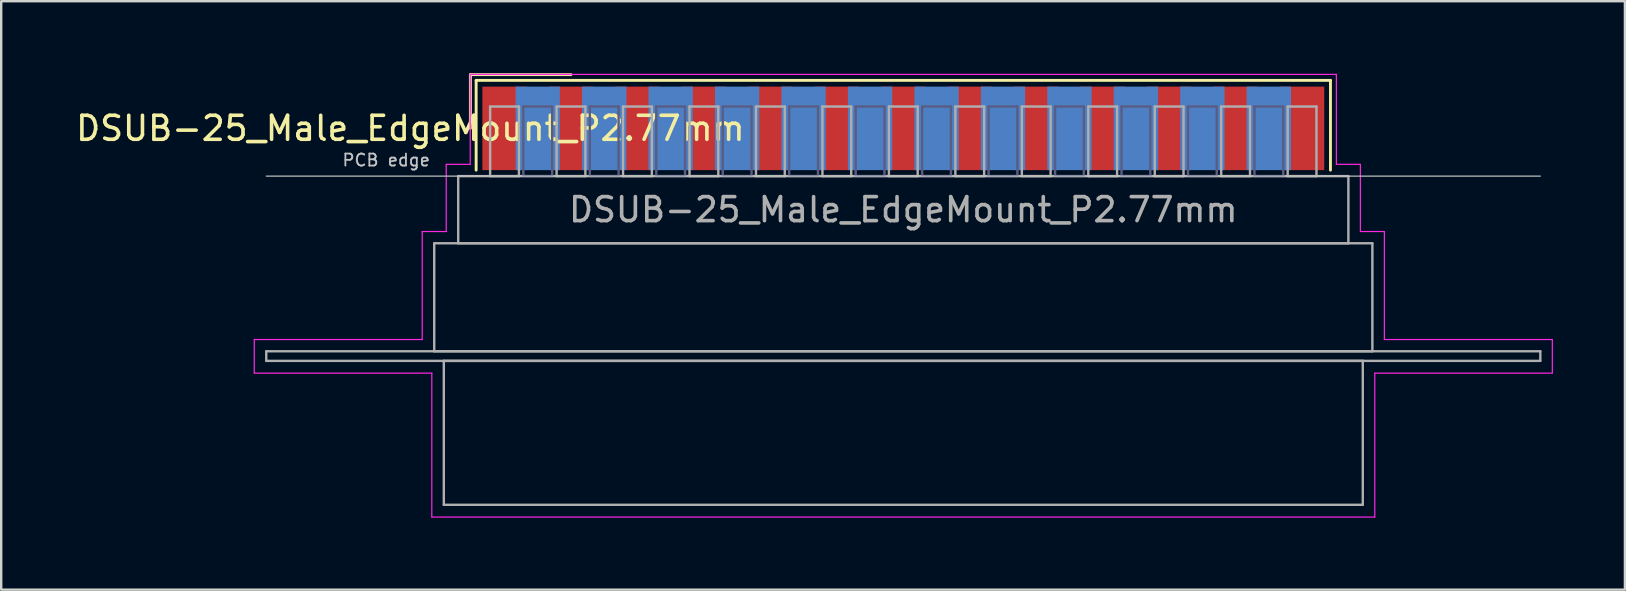
<source format=kicad_pcb>
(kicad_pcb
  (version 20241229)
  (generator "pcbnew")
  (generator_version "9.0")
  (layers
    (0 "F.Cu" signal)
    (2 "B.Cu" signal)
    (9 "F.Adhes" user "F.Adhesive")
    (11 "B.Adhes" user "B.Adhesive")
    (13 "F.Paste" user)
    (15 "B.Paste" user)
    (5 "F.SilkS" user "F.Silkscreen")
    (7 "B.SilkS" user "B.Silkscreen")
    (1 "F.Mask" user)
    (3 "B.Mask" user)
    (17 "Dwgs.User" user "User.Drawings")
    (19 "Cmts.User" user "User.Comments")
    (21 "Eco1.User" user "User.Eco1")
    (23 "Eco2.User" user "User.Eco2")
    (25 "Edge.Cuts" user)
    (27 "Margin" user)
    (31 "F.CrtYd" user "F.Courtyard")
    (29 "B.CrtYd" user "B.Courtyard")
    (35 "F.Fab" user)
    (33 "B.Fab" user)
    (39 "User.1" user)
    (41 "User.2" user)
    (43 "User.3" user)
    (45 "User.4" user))
  (footprint "DSUB-25_Male_EdgeMount_P2.77mm"
    (layer "F.Cu")
    (at 34.597 2.3)
    (property "Reference" "DSUB-25_Male_EdgeMount_P2.77mm" (at -20.543 0 0) (layer "F.SilkS") (effects (font (size 1 1) (thickness 0.15))))
    (attr smd)
    (fp_line (start -18.043 -2.24) (end -13.85 -2.24) (stroke (width 0.12) (type solid)) (layer "F.SilkS"))
    (fp_line (start -18.043 0) (end -18.043 -2.24) (stroke (width 0.12) (type solid)) (layer "F.SilkS"))
    (fp_line (start -17.803 -2) (end -17.803 1.74) (stroke (width 0.12) (type solid)) (layer "F.SilkS"))
    (fp_line (start 17.803 -2) (end -17.803 -2) (stroke (width 0.12) (type solid)) (layer "F.SilkS"))
    (fp_line (start 17.803 1.74) (end 17.803 -2) (stroke (width 0.12) (type solid)) (layer "F.SilkS"))
    (fp_line (start -26.55 1.99) (end 26.55 1.99) (stroke (width 0.05) (type solid)) (layer "Dwgs.User"))
    (fp_line (start -27.05 8.8) (end -20.05 8.8) (stroke (width 0.05) (type solid)) (layer "F.CrtYd"))
    (fp_line (start -27.05 10.2) (end -27.05 8.8) (stroke (width 0.05) (type solid)) (layer "F.CrtYd"))
    (fp_line (start -20.05 4.3) (end -19.05 4.3) (stroke (width 0.05) (type solid)) (layer "F.CrtYd"))
    (fp_line (start -20.05 8.8) (end -20.05 4.3) (stroke (width 0.05) (type solid)) (layer "F.CrtYd"))
    (fp_line (start -19.65 10.2) (end -27.05 10.2) (stroke (width 0.05) (type solid)) (layer "F.CrtYd"))
    (fp_line (start -19.65 16.2) (end -19.65 10.2) (stroke (width 0.05) (type solid)) (layer "F.CrtYd"))
    (fp_line (start -19.05 1.5) (end -18.05 1.5) (stroke (width 0.05) (type solid)) (layer "F.CrtYd"))
    (fp_line (start -19.05 4.3) (end -19.05 1.5) (stroke (width 0.05) (type solid)) (layer "F.CrtYd"))
    (fp_line (start -18.05 -2.25) (end 18.05 -2.25) (stroke (width 0.05) (type solid)) (layer "F.CrtYd"))
    (fp_line (start -18.05 1.5) (end -18.05 -2.25) (stroke (width 0.05) (type solid)) (layer "F.CrtYd"))
    (fp_line (start 18.05 -2.25) (end 18.05 1.5) (stroke (width 0.05) (type solid)) (layer "F.CrtYd"))
    (fp_line (start 18.05 1.5) (end 19.05 1.5) (stroke (width 0.05) (type solid)) (layer "F.CrtYd"))
    (fp_line (start 19.05 1.5) (end 19.05 4.3) (stroke (width 0.05) (type solid)) (layer "F.CrtYd"))
    (fp_line (start 19.05 4.3) (end 20.05 4.3) (stroke (width 0.05) (type solid)) (layer "F.CrtYd"))
    (fp_line (start 19.65 10.2) (end 19.65 16.2) (stroke (width 0.05) (type solid)) (layer "F.CrtYd"))
    (fp_line (start 19.65 16.2) (end -19.65 16.2) (stroke (width 0.05) (type solid)) (layer "F.CrtYd"))
    (fp_line (start 20.05 4.3) (end 20.05 8.8) (stroke (width 0.05) (type solid)) (layer "F.CrtYd"))
    (fp_line (start 20.05 8.8) (end 27.05 8.8) (stroke (width 0.05) (type solid)) (layer "F.CrtYd"))
    (fp_line (start 27.05 8.8) (end 27.05 10.2) (stroke (width 0.05) (type solid)) (layer "F.CrtYd"))
    (fp_line (start 27.05 10.2) (end 19.65 10.2) (stroke (width 0.05) (type solid)) (layer "F.CrtYd"))
    (fp_line (start -15.835 -0.91) (end -15.835 1.99) (stroke (width 0.1) (type solid)) (layer "B.Fab"))
    (fp_line (start -15.835 1.99) (end -14.635 1.99) (stroke (width 0.1) (type solid)) (layer "B.Fab"))
    (fp_line (start -14.635 -0.91) (end -15.835 -0.91) (stroke (width 0.1) (type solid)) (layer "B.Fab"))
    (fp_line (start -14.635 1.99) (end -14.635 -0.91) (stroke (width 0.1) (type solid)) (layer "B.Fab"))
    (fp_line (start -13.065 -0.91) (end -13.065 1.99) (stroke (width 0.1) (type solid)) (layer "B.Fab"))
    (fp_line (start -13.065 1.99) (end -11.865 1.99) (stroke (width 0.1) (type solid)) (layer "B.Fab"))
    (fp_line (start -11.865 -0.91) (end -13.065 -0.91) (stroke (width 0.1) (type solid)) (layer "B.Fab"))
    (fp_line (start -11.865 1.99) (end -11.865 -0.91) (stroke (width 0.1) (type solid)) (layer "B.Fab"))
    (fp_line (start -10.295 -0.91) (end -10.295 1.99) (stroke (width 0.1) (type solid)) (layer "B.Fab"))
    (fp_line (start -10.295 1.99) (end -9.095 1.99) (stroke (width 0.1) (type solid)) (layer "B.Fab"))
    (fp_line (start -9.095 -0.91) (end -10.295 -0.91) (stroke (width 0.1) (type solid)) (layer "B.Fab"))
    (fp_line (start -9.095 1.99) (end -9.095 -0.91) (stroke (width 0.1) (type solid)) (layer "B.Fab"))
    (fp_line (start -7.525 -0.91) (end -7.525 1.99) (stroke (width 0.1) (type solid)) (layer "B.Fab"))
    (fp_line (start -7.525 1.99) (end -6.325 1.99) (stroke (width 0.1) (type solid)) (layer "B.Fab"))
    (fp_line (start -6.325 -0.91) (end -7.525 -0.91) (stroke (width 0.1) (type solid)) (layer "B.Fab"))
    (fp_line (start -6.325 1.99) (end -6.325 -0.91) (stroke (width 0.1) (type solid)) (layer "B.Fab"))
    (fp_line (start -4.755 -0.91) (end -4.755 1.99) (stroke (width 0.1) (type solid)) (layer "B.Fab"))
    (fp_line (start -4.755 1.99) (end -3.555 1.99) (stroke (width 0.1) (type solid)) (layer "B.Fab"))
    (fp_line (start -3.555 -0.91) (end -4.755 -0.91) (stroke (width 0.1) (type solid)) (layer "B.Fab"))
    (fp_line (start -3.555 1.99) (end -3.555 -0.91) (stroke (width 0.1) (type solid)) (layer "B.Fab"))
    (fp_line (start -1.985 -0.91) (end -1.985 1.99) (stroke (width 0.1) (type solid)) (layer "B.Fab"))
    (fp_line (start -1.985 1.99) (end -0.785 1.99) (stroke (width 0.1) (type solid)) (layer "B.Fab"))
    (fp_line (start -0.785 -0.91) (end -1.985 -0.91) (stroke (width 0.1) (type solid)) (layer "B.Fab"))
    (fp_line (start -0.785 1.99) (end -0.785 -0.91) (stroke (width 0.1) (type solid)) (layer "B.Fab"))
    (fp_line (start 0.785 -0.91) (end 0.785 1.99) (stroke (width 0.1) (type solid)) (layer "B.Fab"))
    (fp_line (start 0.785 1.99) (end 1.985 1.99) (stroke (width 0.1) (type solid)) (layer "B.Fab"))
    (fp_line (start 1.985 -0.91) (end 0.785 -0.91) (stroke (width 0.1) (type solid)) (layer "B.Fab"))
    (fp_line (start 1.985 1.99) (end 1.985 -0.91) (stroke (width 0.1) (type solid)) (layer "B.Fab"))
    (fp_line (start 3.555 -0.91) (end 3.555 1.99) (stroke (width 0.1) (type solid)) (layer "B.Fab"))
    (fp_line (start 3.555 1.99) (end 4.755 1.99) (stroke (width 0.1) (type solid)) (layer "B.Fab"))
    (fp_line (start 4.755 -0.91) (end 3.555 -0.91) (stroke (width 0.1) (type solid)) (layer "B.Fab"))
    (fp_line (start 4.755 1.99) (end 4.755 -0.91) (stroke (width 0.1) (type solid)) (layer "B.Fab"))
    (fp_line (start 6.325 -0.91) (end 6.325 1.99) (stroke (width 0.1) (type solid)) (layer "B.Fab"))
    (fp_line (start 6.325 1.99) (end 7.525 1.99) (stroke (width 0.1) (type solid)) (layer "B.Fab"))
    (fp_line (start 7.525 -0.91) (end 6.325 -0.91) (stroke (width 0.1) (type solid)) (layer "B.Fab"))
    (fp_line (start 7.525 1.99) (end 7.525 -0.91) (stroke (width 0.1) (type solid)) (layer "B.Fab"))
    (fp_line (start 9.095 -0.91) (end 9.095 1.99) (stroke (width 0.1) (type solid)) (layer "B.Fab"))
    (fp_line (start 9.095 1.99) (end 10.295 1.99) (stroke (width 0.1) (type solid)) (layer "B.Fab"))
    (fp_line (start 10.295 -0.91) (end 9.095 -0.91) (stroke (width 0.1) (type solid)) (layer "B.Fab"))
    (fp_line (start 10.295 1.99) (end 10.295 -0.91) (stroke (width 0.1) (type solid)) (layer "B.Fab"))
    (fp_line (start 11.865 -0.91) (end 11.865 1.99) (stroke (width 0.1) (type solid)) (layer "B.Fab"))
    (fp_line (start 11.865 1.99) (end 13.065 1.99) (stroke (width 0.1) (type solid)) (layer "B.Fab"))
    (fp_line (start 13.065 -0.91) (end 11.865 -0.91) (stroke (width 0.1) (type solid)) (layer "B.Fab"))
    (fp_line (start 13.065 1.99) (end 13.065 -0.91) (stroke (width 0.1) (type solid)) (layer "B.Fab"))
    (fp_line (start 14.635 -0.91) (end 14.635 1.99) (stroke (width 0.1) (type solid)) (layer "B.Fab"))
    (fp_line (start 14.635 1.99) (end 15.835 1.99) (stroke (width 0.1) (type solid)) (layer "B.Fab"))
    (fp_line (start 15.835 -0.91) (end 14.635 -0.91) (stroke (width 0.1) (type solid)) (layer "B.Fab"))
    (fp_line (start 15.835 1.99) (end 15.835 -0.91) (stroke (width 0.1) (type solid)) (layer "B.Fab"))
    (fp_line (start -26.55 9.29) (end -26.55 9.69) (stroke (width 0.1) (type solid)) (layer "F.Fab"))
    (fp_line (start -26.55 9.69) (end 26.55 9.69) (stroke (width 0.1) (type solid)) (layer "F.Fab"))
    (fp_line (start -19.55 4.79) (end -19.55 9.29) (stroke (width 0.1) (type solid)) (layer "F.Fab"))
    (fp_line (start -19.55 9.29) (end 19.55 9.29) (stroke (width 0.1) (type solid)) (layer "F.Fab"))
    (fp_line (start -19.15 9.69) (end -19.15 15.69) (stroke (width 0.1) (type solid)) (layer "F.Fab"))
    (fp_line (start -19.15 15.69) (end 19.15 15.69) (stroke (width 0.1) (type solid)) (layer "F.Fab"))
    (fp_line (start -18.55 1.99) (end -18.55 4.79) (stroke (width 0.1) (type solid)) (layer "F.Fab"))
    (fp_line (start -18.55 4.79) (end 18.55 4.79) (stroke (width 0.1) (type solid)) (layer "F.Fab"))
    (fp_line (start -17.22 -0.91) (end -17.22 1.99) (stroke (width 0.1) (type solid)) (layer "F.Fab"))
    (fp_line (start -17.22 1.99) (end -16.02 1.99) (stroke (width 0.1) (type solid)) (layer "F.Fab"))
    (fp_line (start -16.02 -0.91) (end -17.22 -0.91) (stroke (width 0.1) (type solid)) (layer "F.Fab"))
    (fp_line (start -16.02 1.99) (end -16.02 -0.91) (stroke (width 0.1) (type solid)) (layer "F.Fab"))
    (fp_line (start -14.45 -0.91) (end -14.45 1.99) (stroke (width 0.1) (type solid)) (layer "F.Fab"))
    (fp_line (start -14.45 1.99) (end -13.25 1.99) (stroke (width 0.1) (type solid)) (layer "F.Fab"))
    (fp_line (start -13.25 -0.91) (end -14.45 -0.91) (stroke (width 0.1) (type solid)) (layer "F.Fab"))
    (fp_line (start -13.25 1.99) (end -13.25 -0.91) (stroke (width 0.1) (type solid)) (layer "F.Fab"))
    (fp_line (start -11.68 -0.91) (end -11.68 1.99) (stroke (width 0.1) (type solid)) (layer "F.Fab"))
    (fp_line (start -11.68 1.99) (end -10.48 1.99) (stroke (width 0.1) (type solid)) (layer "F.Fab"))
    (fp_line (start -10.48 -0.91) (end -11.68 -0.91) (stroke (width 0.1) (type solid)) (layer "F.Fab"))
    (fp_line (start -10.48 1.99) (end -10.48 -0.91) (stroke (width 0.1) (type solid)) (layer "F.Fab"))
    (fp_line (start -8.91 -0.91) (end -8.91 1.99) (stroke (width 0.1) (type solid)) (layer "F.Fab"))
    (fp_line (start -8.91 1.99) (end -7.71 1.99) (stroke (width 0.1) (type solid)) (layer "F.Fab"))
    (fp_line (start -7.71 -0.91) (end -8.91 -0.91) (stroke (width 0.1) (type solid)) (layer "F.Fab"))
    (fp_line (start -7.71 1.99) (end -7.71 -0.91) (stroke (width 0.1) (type solid)) (layer "F.Fab"))
    (fp_line (start -6.14 -0.91) (end -6.14 1.99) (stroke (width 0.1) (type solid)) (layer "F.Fab"))
    (fp_line (start -6.14 1.99) (end -4.94 1.99) (stroke (width 0.1) (type solid)) (layer "F.Fab"))
    (fp_line (start -4.94 -0.91) (end -6.14 -0.91) (stroke (width 0.1) (type solid)) (layer "F.Fab"))
    (fp_line (start -4.94 1.99) (end -4.94 -0.91) (stroke (width 0.1) (type solid)) (layer "F.Fab"))
    (fp_line (start -3.37 -0.91) (end -3.37 1.99) (stroke (width 0.1) (type solid)) (layer "F.Fab"))
    (fp_line (start -3.37 1.99) (end -2.17 1.99) (stroke (width 0.1) (type solid)) (layer "F.Fab"))
    (fp_line (start -2.17 -0.91) (end -3.37 -0.91) (stroke (width 0.1) (type solid)) (layer "F.Fab"))
    (fp_line (start -2.17 1.99) (end -2.17 -0.91) (stroke (width 0.1) (type solid)) (layer "F.Fab"))
    (fp_line (start -0.6 -0.91) (end -0.6 1.99) (stroke (width 0.1) (type solid)) (layer "F.Fab"))
    (fp_line (start -0.6 1.99) (end 0.6 1.99) (stroke (width 0.1) (type solid)) (layer "F.Fab"))
    (fp_line (start 0.6 -0.91) (end -0.6 -0.91) (stroke (width 0.1) (type solid)) (layer "F.Fab"))
    (fp_line (start 0.6 1.99) (end 0.6 -0.91) (stroke (width 0.1) (type solid)) (layer "F.Fab"))
    (fp_line (start 2.17 -0.91) (end 2.17 1.99) (stroke (width 0.1) (type solid)) (layer "F.Fab"))
    (fp_line (start 2.17 1.99) (end 3.37 1.99) (stroke (width 0.1) (type solid)) (layer "F.Fab"))
    (fp_line (start 3.37 -0.91) (end 2.17 -0.91) (stroke (width 0.1) (type solid)) (layer "F.Fab"))
    (fp_line (start 3.37 1.99) (end 3.37 -0.91) (stroke (width 0.1) (type solid)) (layer "F.Fab"))
    (fp_line (start 4.94 -0.91) (end 4.94 1.99) (stroke (width 0.1) (type solid)) (layer "F.Fab"))
    (fp_line (start 4.94 1.99) (end 6.14 1.99) (stroke (width 0.1) (type solid)) (layer "F.Fab"))
    (fp_line (start 6.14 -0.91) (end 4.94 -0.91) (stroke (width 0.1) (type solid)) (layer "F.Fab"))
    (fp_line (start 6.14 1.99) (end 6.14 -0.91) (stroke (width 0.1) (type solid)) (layer "F.Fab"))
    (fp_line (start 7.71 -0.91) (end 7.71 1.99) (stroke (width 0.1) (type solid)) (layer "F.Fab"))
    (fp_line (start 7.71 1.99) (end 8.91 1.99) (stroke (width 0.1) (type solid)) (layer "F.Fab"))
    (fp_line (start 8.91 -0.91) (end 7.71 -0.91) (stroke (width 0.1) (type solid)) (layer "F.Fab"))
    (fp_line (start 8.91 1.99) (end 8.91 -0.91) (stroke (width 0.1) (type solid)) (layer "F.Fab"))
    (fp_line (start 10.48 -0.91) (end 10.48 1.99) (stroke (width 0.1) (type solid)) (layer "F.Fab"))
    (fp_line (start 10.48 1.99) (end 11.68 1.99) (stroke (width 0.1) (type solid)) (layer "F.Fab"))
    (fp_line (start 11.68 -0.91) (end 10.48 -0.91) (stroke (width 0.1) (type solid)) (layer "F.Fab"))
    (fp_line (start 11.68 1.99) (end 11.68 -0.91) (stroke (width 0.1) (type solid)) (layer "F.Fab"))
    (fp_line (start 13.25 -0.91) (end 13.25 1.99) (stroke (width 0.1) (type solid)) (layer "F.Fab"))
    (fp_line (start 13.25 1.99) (end 14.45 1.99) (stroke (width 0.1) (type solid)) (layer "F.Fab"))
    (fp_line (start 14.45 -0.91) (end 13.25 -0.91) (stroke (width 0.1) (type solid)) (layer "F.Fab"))
    (fp_line (start 14.45 1.99) (end 14.45 -0.91) (stroke (width 0.1) (type solid)) (layer "F.Fab"))
    (fp_line (start 16.02 -0.91) (end 16.02 1.99) (stroke (width 0.1) (type solid)) (layer "F.Fab"))
    (fp_line (start 16.02 1.99) (end 17.22 1.99) (stroke (width 0.1) (type solid)) (layer "F.Fab"))
    (fp_line (start 17.22 -0.91) (end 16.02 -0.91) (stroke (width 0.1) (type solid)) (layer "F.Fab"))
    (fp_line (start 17.22 1.99) (end 17.22 -0.91) (stroke (width 0.1) (type solid)) (layer "F.Fab"))
    (fp_line (start 18.55 1.99) (end -18.55 1.99) (stroke (width 0.1) (type solid)) (layer "F.Fab"))
    (fp_line (start 18.55 4.79) (end 18.55 1.99) (stroke (width 0.1) (type solid)) (layer "F.Fab"))
    (fp_line (start 19.15 9.69) (end -19.15 9.69) (stroke (width 0.1) (type solid)) (layer "F.Fab"))
    (fp_line (start 19.15 15.69) (end 19.15 9.69) (stroke (width 0.1) (type solid)) (layer "F.Fab"))
    (fp_line (start 19.55 4.79) (end -19.55 4.79) (stroke (width 0.1) (type solid)) (layer "F.Fab"))
    (fp_line (start 19.55 9.29) (end 19.55 4.79) (stroke (width 0.1) (type solid)) (layer "F.Fab"))
    (fp_line (start 26.55 9.29) (end -26.55 9.29) (stroke (width 0.1) (type solid)) (layer "F.Fab"))
    (fp_line (start 26.55 9.69) (end 26.55 9.29) (stroke (width 0.1) (type solid)) (layer "F.Fab"))
    (fp_text user "PCB edge" (at -21.55 1.323 0) (layer "Dwgs.User") (effects (font (size 0.5 0.5) (thickness 0.075))))
    (fp_text user "${REFERENCE}" (at 0 3.39 0) (layer "F.Fab") (effects (font (size 1 1) (thickness 0.15))))
    (pad "1" smd rect (at -16.62 0) (size 1.847 3.48) (layers "F.Cu" "F.Mask" "F.Paste"))
    (pad "2" smd rect (at -13.85 0) (size 1.847 3.48) (layers "F.Cu" "F.Mask" "F.Paste"))
    (pad "3" smd rect (at -11.08 0) (size 1.847 3.48) (layers "F.Cu" "F.Mask" "F.Paste"))
    (pad "4" smd rect (at -8.31 0) (size 1.847 3.48) (layers "F.Cu" "F.Mask" "F.Paste"))
    (pad "5" smd rect (at -5.54 0) (size 1.847 3.48) (layers "F.Cu" "F.Mask" "F.Paste"))
    (pad "6" smd rect (at -2.77 0) (size 1.847 3.48) (layers "F.Cu" "F.Mask" "F.Paste"))
    (pad "7" smd rect (at 0 0) (size 1.847 3.48) (layers "F.Cu" "F.Mask" "F.Paste"))
    (pad "8" smd rect (at 2.77 0) (size 1.847 3.48) (layers "F.Cu" "F.Mask" "F.Paste"))
    (pad "9" smd rect (at 5.54 0) (size 1.847 3.48) (layers "F.Cu" "F.Mask" "F.Paste"))
    (pad "10" smd rect (at 8.31 0) (size 1.847 3.48) (layers "F.Cu" "F.Mask" "F.Paste"))
    (pad "11" smd rect (at 11.08 0) (size 1.847 3.48) (layers "F.Cu" "F.Mask" "F.Paste"))
    (pad "12" smd rect (at 13.85 0) (size 1.847 3.48) (layers "F.Cu" "F.Mask" "F.Paste"))
    (pad "13" smd rect (at 16.62 0) (size 1.847 3.48) (layers "F.Cu" "F.Mask" "F.Paste"))
    (pad "14" smd rect (at -15.235 0) (size 1.847 3.48) (layers "B.Cu" "B.Mask" "B.Paste"))
    (pad "15" smd rect (at -12.465 0) (size 1.847 3.48) (layers "B.Cu" "B.Mask" "B.Paste"))
    (pad "16" smd rect (at -9.695 0) (size 1.847 3.48) (layers "B.Cu" "B.Mask" "B.Paste"))
    (pad "17" smd rect (at -6.925 0) (size 1.847 3.48) (layers "B.Cu" "B.Mask" "B.Paste"))
    (pad "18" smd rect (at -4.155 0) (size 1.847 3.48) (layers "B.Cu" "B.Mask" "B.Paste"))
    (pad "19" smd rect (at -1.385 0) (size 1.847 3.48) (layers "B.Cu" "B.Mask" "B.Paste"))
    (pad "20" smd rect (at 1.385 0) (size 1.847 3.48) (layers "B.Cu" "B.Mask" "B.Paste"))
    (pad "21" smd rect (at 4.155 0) (size 1.847 3.48) (layers "B.Cu" "B.Mask" "B.Paste"))
    (pad "22" smd rect (at 6.925 0) (size 1.847 3.48) (layers "B.Cu" "B.Mask" "B.Paste"))
    (pad "23" smd rect (at 9.695 0) (size 1.847 3.48) (layers "B.Cu" "B.Mask" "B.Paste"))
    (pad "24" smd rect (at 12.465 0) (size 1.847 3.48) (layers "B.Cu" "B.Mask" "B.Paste"))
    (pad "25" smd rect (at 15.235 0) (size 1.847 3.48) (layers "B.Cu" "B.Mask" "B.Paste")))
  (gr_rect
    (start -3 -3)
    (end 64.672 21.525)
    (stroke (width 0.1) (type default))
    (fill no)
    (layer "Edge.Cuts")))
</source>
